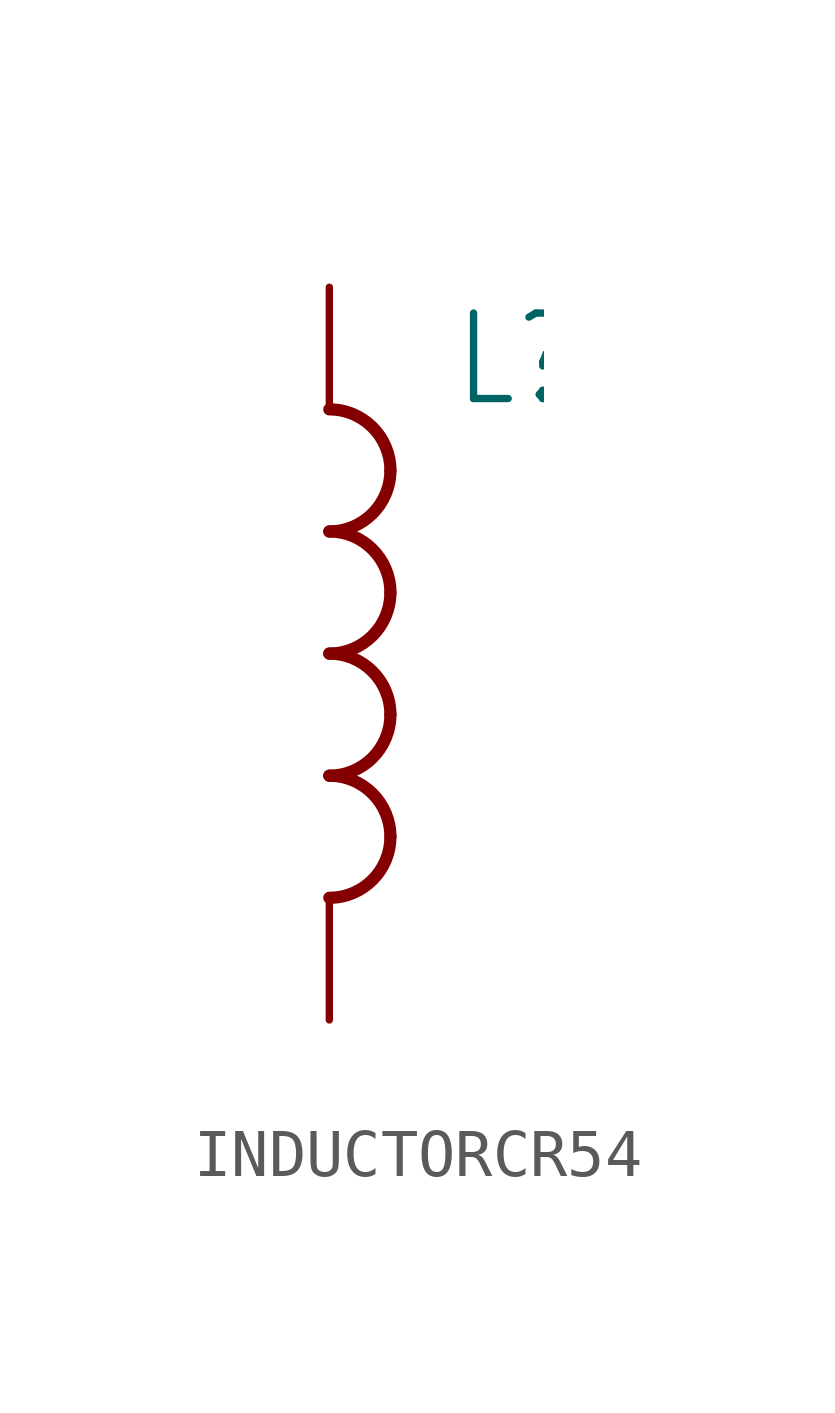
<source format=kicad_sym>
(kicad_symbol_lib
  (version 20241209)
  (generator "kicad_symbol_editor")
  (generator_version "9.0")
  (symbol "INDUCTORCR54"
    (property "Reference" "L"
      (at 2.54 5.08 0)
      (effects (font (size 1.778 1.511)) (justify left bottom)))
    (property "Value" ""
      (at 2.54 -5.08 0)
      (effects (font (size 1.778 1.511)) (justify left bottom)))
    (property "ki_locked" ""
      (at 0 0 0)
      (effects (font (size 1.27 1.27))))
    (symbol "INDUCTORCR54_1_0"
      (arc (start 0 5.08) (mid 0.898 4.708) (end 1.27 3.81) (stroke (width 0.254) (type solid)) (fill (type none)))
      (arc (start 1.27 3.81) (mid 0.898 2.912) (end 0 2.54) (stroke (width 0.254) (type solid)) (fill (type none)))
      (arc (start 1.27 1.27) (mid 0.898 0.372) (end 0 0) (stroke (width 0.254) (type solid)) (fill (type none)))
      (arc (start 0 2.54) (mid 0.8981 2.168) (end 1.2701 1.2699) (stroke (width 0.254) (type solid)) (fill (type none)))
      (arc (start 1.2701 -1.2699) (mid 0.8981 -2.168) (end 0 -2.54) (stroke (width 0.254) (type solid)) (fill (type none)))
      (arc (start 0 0) (mid 0.898 -0.372) (end 1.27 -1.27) (stroke (width 0.254) (type solid)) (fill (type none)))
      (arc (start 0 -2.54) (mid 0.898 -2.912) (end 1.27 -3.81) (stroke (width 0.254) (type solid)) (fill (type none)))
      (arc (start 1.27 -3.81) (mid 0.898 -4.708) (end 0 -5.08) (stroke (width 0.254) (type solid)) (fill (type none)))
      (pin passive line (at 0 7.62 270) (length 2.54) (name "1" (effects (font (size 0 0)))) (number "P$1" (effects (font (size 0 0)))))
      (pin passive line (at 0 -7.62 90) (length 2.54) (name "2" (effects (font (size 0 0)))) (number "P$2" (effects (font (size 0 0))))))))
</source>
